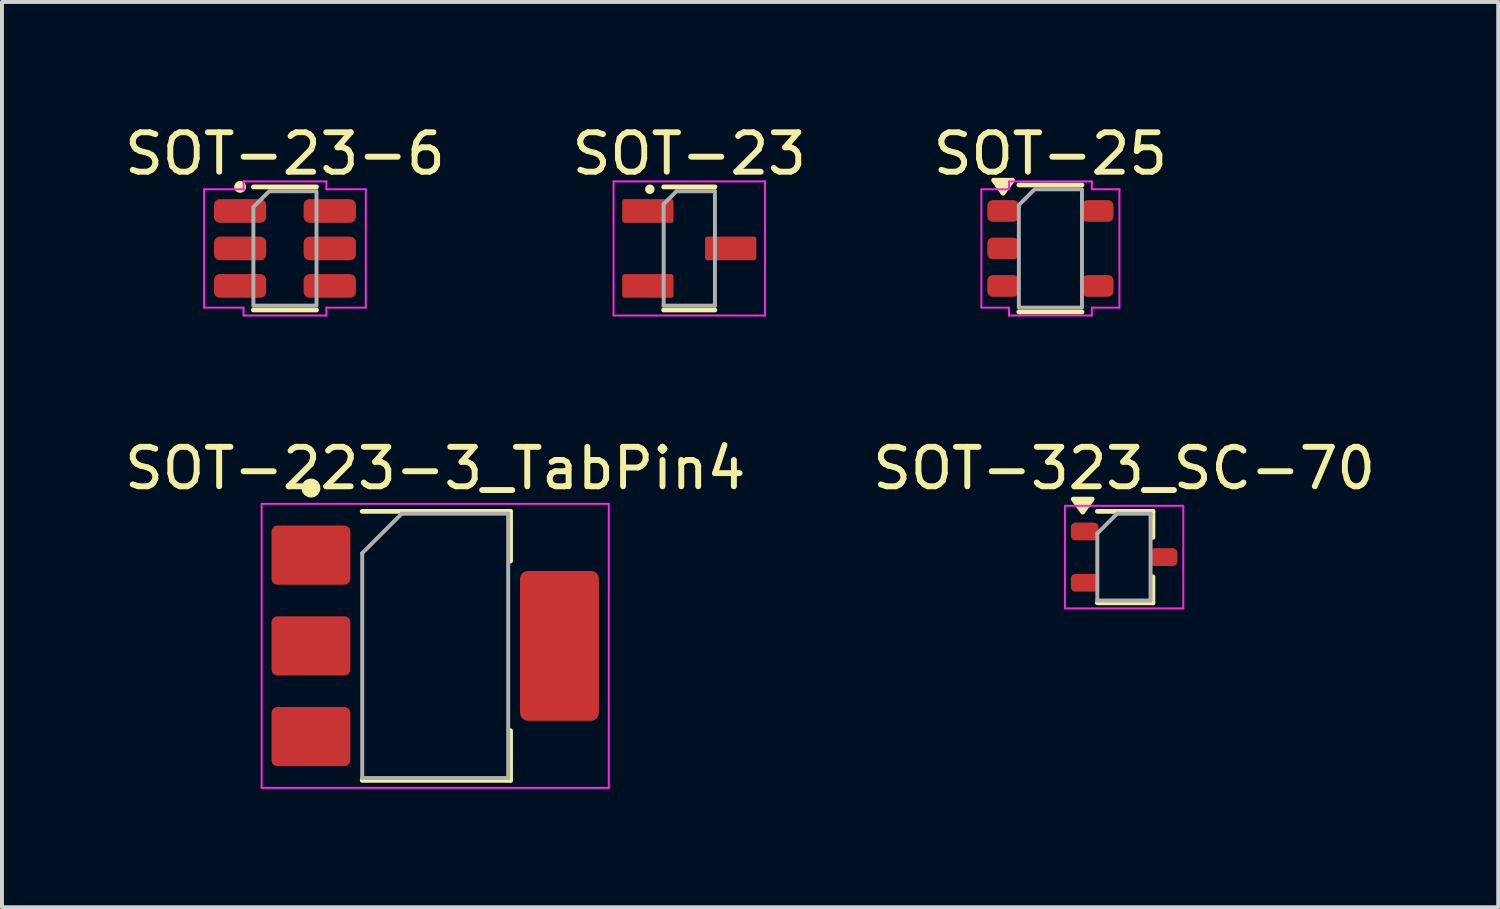
<source format=kicad_pcb>
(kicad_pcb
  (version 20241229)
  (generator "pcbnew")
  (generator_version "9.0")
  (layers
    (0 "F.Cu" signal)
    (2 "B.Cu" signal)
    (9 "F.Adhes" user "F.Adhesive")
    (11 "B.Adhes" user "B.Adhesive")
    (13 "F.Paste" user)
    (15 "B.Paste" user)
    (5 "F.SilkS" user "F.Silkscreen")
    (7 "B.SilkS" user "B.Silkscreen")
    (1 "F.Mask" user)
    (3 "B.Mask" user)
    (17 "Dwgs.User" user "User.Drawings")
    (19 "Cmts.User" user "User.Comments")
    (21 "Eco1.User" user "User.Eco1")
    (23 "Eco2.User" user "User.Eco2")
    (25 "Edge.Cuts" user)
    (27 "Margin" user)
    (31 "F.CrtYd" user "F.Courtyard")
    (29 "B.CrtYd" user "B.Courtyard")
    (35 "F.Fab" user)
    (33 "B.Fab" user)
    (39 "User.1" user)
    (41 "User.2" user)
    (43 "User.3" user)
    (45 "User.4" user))
  (footprint "SOT-23-6"
    (layer "F.Cu")
    (at 4.173 3.248)
    (property "Reference" "SOT-23-6" (at 0 -2.4 0) (layer "F.SilkS") (effects (font (size 1 1) (thickness 0.15))))
    (attr smd)
    (fp_line (start -0.8 -1.56) (end 0.8 -1.56) (stroke (width 0.12) (type solid)) (layer "F.SilkS"))
    (fp_line (start 0.8 1.56) (end -0.8 1.56) (stroke (width 0.12) (type solid)) (layer "F.SilkS"))
    (fp_circle (center -1.137 -1.56) (end -0.988 -1.56) (stroke (width 0) (type solid)) (fill yes) (layer "F.SilkS"))
    (fp_line (start -2.05 -1.5) (end -1.05 -1.5) (stroke (width 0.05) (type solid)) (layer "F.CrtYd"))
    (fp_line (start -2.05 1.5) (end -2.05 -1.5) (stroke (width 0.05) (type solid)) (layer "F.CrtYd"))
    (fp_line (start -1.05 -1.7) (end 1.05 -1.7) (stroke (width 0.05) (type solid)) (layer "F.CrtYd"))
    (fp_line (start -1.05 -1.5) (end -1.05 -1.7) (stroke (width 0.05) (type solid)) (layer "F.CrtYd"))
    (fp_line (start -1.05 1.5) (end -2.05 1.5) (stroke (width 0.05) (type solid)) (layer "F.CrtYd"))
    (fp_line (start -1.05 1.7) (end -1.05 1.5) (stroke (width 0.05) (type solid)) (layer "F.CrtYd"))
    (fp_line (start 1.05 -1.7) (end 1.05 -1.5) (stroke (width 0.05) (type solid)) (layer "F.CrtYd"))
    (fp_line (start 1.05 -1.5) (end 2.05 -1.5) (stroke (width 0.05) (type solid)) (layer "F.CrtYd"))
    (fp_line (start 1.05 1.5) (end 1.05 1.7) (stroke (width 0.05) (type solid)) (layer "F.CrtYd"))
    (fp_line (start 1.05 1.7) (end -1.05 1.7) (stroke (width 0.05) (type solid)) (layer "F.CrtYd"))
    (fp_line (start 2.05 -1.5) (end 2.05 1.5) (stroke (width 0.05) (type solid)) (layer "F.CrtYd"))
    (fp_line (start 2.05 1.5) (end 1.05 1.5) (stroke (width 0.05) (type solid)) (layer "F.CrtYd"))
    (fp_poly (pts (xy -0.8 -1.05) (xy -0.8 1.45) (xy 0.8 1.45) (xy 0.8 -1.45) (xy -0.4 -1.45)) (stroke (width 0.1) (type solid)) (fill no) (layer "F.Fab"))
    (pad "1" smd roundrect (at -1.137 -0.95) (size 1.325 0.6) (layers "F.Cu" "F.Mask" "F.Paste") (roundrect_rratio 0.25))
    (pad "2" smd roundrect (at -1.137 0) (size 1.325 0.6) (layers "F.Cu" "F.Mask" "F.Paste") (roundrect_rratio 0.25))
    (pad "3" smd roundrect (at -1.137 0.95) (size 1.325 0.6) (layers "F.Cu" "F.Mask" "F.Paste") (roundrect_rratio 0.25))
    (pad "4" smd roundrect (at 1.137 0.95) (size 1.325 0.6) (layers "F.Cu" "F.Mask" "F.Paste") (roundrect_rratio 0.25))
    (pad "5" smd roundrect (at 1.137 0) (size 1.325 0.6) (layers "F.Cu" "F.Mask" "F.Paste") (roundrect_rratio 0.25))
    (pad "6" smd roundrect (at 1.137 -0.95) (size 1.325 0.6) (layers "F.Cu" "F.Mask" "F.Paste") (roundrect_rratio 0.25)))
  (footprint "SOT-25"
    (layer "F.Cu")
    (at 23.577 3.248)
    (property "Reference" "SOT-25" (at 0 -2.4 0) (layer "F.SilkS") (effects (font (size 1 1) (thickness 0.15))))
    (attr smd)
    (fp_line (start -0.8 -1.61) (end 0.8 -1.61) (stroke (width 0.12) (type solid)) (layer "F.SilkS"))
    (fp_line (start 0.8 1.61) (end -0.8 1.61) (stroke (width 0.12) (type solid)) (layer "F.SilkS"))
    (fp_poly (pts (xy -1.2 -1.4) (xy -1.44 -1.73) (xy -0.96 -1.73)) (stroke (width 0.12) (type solid)) (fill yes) (layer "F.SilkS"))
    (fp_line (start -1.75 -1.5) (end -1.05 -1.5) (stroke (width 0.05) (type solid)) (layer "F.CrtYd"))
    (fp_line (start -1.75 1.5) (end -1.75 -1.5) (stroke (width 0.05) (type solid)) (layer "F.CrtYd"))
    (fp_line (start -1.05 -1.7) (end 1.05 -1.7) (stroke (width 0.05) (type solid)) (layer "F.CrtYd"))
    (fp_line (start -1.05 -1.5) (end -1.05 -1.7) (stroke (width 0.05) (type solid)) (layer "F.CrtYd"))
    (fp_line (start -1.05 1.5) (end -1.75 1.5) (stroke (width 0.05) (type solid)) (layer "F.CrtYd"))
    (fp_line (start -1.05 1.7) (end -1.05 1.5) (stroke (width 0.05) (type solid)) (layer "F.CrtYd"))
    (fp_line (start 1.05 -1.7) (end 1.05 -1.5) (stroke (width 0.05) (type solid)) (layer "F.CrtYd"))
    (fp_line (start 1.05 -1.5) (end 1.75 -1.5) (stroke (width 0.05) (type solid)) (layer "F.CrtYd"))
    (fp_line (start 1.05 1.5) (end 1.05 1.7) (stroke (width 0.05) (type solid)) (layer "F.CrtYd"))
    (fp_line (start 1.05 1.7) (end -1.05 1.7) (stroke (width 0.05) (type solid)) (layer "F.CrtYd"))
    (fp_line (start 1.75 -1.5) (end 1.75 1.5) (stroke (width 0.05) (type solid)) (layer "F.CrtYd"))
    (fp_line (start 1.75 1.5) (end 1.05 1.5) (stroke (width 0.05) (type solid)) (layer "F.CrtYd"))
    (fp_poly (pts (xy -0.8 -1.1) (xy -0.8 1.5) (xy 0.8 1.5) (xy 0.8 -1.5) (xy -0.4 -1.5)) (stroke (width 0.1) (type solid)) (fill no) (layer "F.Fab"))
    (pad "1" smd roundrect (at -1.2 -0.95) (size 0.8 0.55) (layers "F.Cu" "F.Mask" "F.Paste") (roundrect_rratio 0.25))
    (pad "2" smd roundrect (at -1.2 0) (size 0.8 0.55) (layers "F.Cu" "F.Mask" "F.Paste") (roundrect_rratio 0.25))
    (pad "3" smd roundrect (at -1.2 0.95) (size 0.8 0.55) (layers "F.Cu" "F.Mask" "F.Paste") (roundrect_rratio 0.25))
    (pad "4" smd roundrect (at 1.2 0.95) (size 0.8 0.55) (layers "F.Cu" "F.Mask" "F.Paste") (roundrect_rratio 0.25))
    (pad "5" smd roundrect (at 1.2 -0.95) (size 0.8 0.55) (layers "F.Cu" "F.Mask" "F.Paste") (roundrect_rratio 0.25)))
  (footprint "SOT-223-3_TabPin4"
    (layer "F.Cu")
    (at 7.982 13.322)
    (property "Reference" "SOT-223-3_TabPin4" (at 0 -4.5 0) (layer "F.SilkS") (effects (font (size 1 1) (thickness 0.15))))
    (attr smd)
    (fp_line (start -1.85 -3.41) (end 1.91 -3.41) (stroke (width 0.12) (type solid)) (layer "F.SilkS"))
    (fp_line (start -1.85 3.41) (end 1.91 3.41) (stroke (width 0.12) (type solid)) (layer "F.SilkS"))
    (fp_line (start 1.91 -3.41) (end 1.91 -2.15) (stroke (width 0.12) (type solid)) (layer "F.SilkS"))
    (fp_line (start 1.91 3.41) (end 1.91 2.15) (stroke (width 0.12) (type solid)) (layer "F.SilkS"))
    (fp_circle (center -3.15 -4) (end -2.91 -4) (stroke (width 0) (type solid)) (fill yes) (layer "F.SilkS"))
    (fp_line (start -4.4 -3.6) (end -4.4 3.6) (stroke (width 0.05) (type solid)) (layer "F.CrtYd"))
    (fp_line (start -4.4 3.6) (end 4.4 3.6) (stroke (width 0.05) (type solid)) (layer "F.CrtYd"))
    (fp_line (start 4.4 -3.6) (end -4.4 -3.6) (stroke (width 0.05) (type solid)) (layer "F.CrtYd"))
    (fp_line (start 4.4 3.6) (end 4.4 -3.6) (stroke (width 0.05) (type solid)) (layer "F.CrtYd"))
    (fp_line (start -1.85 -2.35) (end -1.85 3.35) (stroke (width 0.1) (type solid)) (layer "F.Fab"))
    (fp_line (start -1.85 -2.35) (end -0.85 -3.35) (stroke (width 0.1) (type solid)) (layer "F.Fab"))
    (fp_line (start -1.85 3.35) (end 1.85 3.35) (stroke (width 0.1) (type solid)) (layer "F.Fab"))
    (fp_line (start -0.85 -3.35) (end 1.85 -3.35) (stroke (width 0.1) (type solid)) (layer "F.Fab"))
    (fp_line (start 1.85 -3.35) (end 1.85 3.35) (stroke (width 0.1) (type solid)) (layer "F.Fab"))
    (pad "1" smd roundrect (at -3.15 -2.3) (size 2 1.5) (layers "F.Cu" "F.Mask" "F.Paste") (roundrect_rratio 0.1))
    (pad "2" smd roundrect (at -3.15 0) (size 2 1.5) (layers "F.Cu" "F.Mask" "F.Paste") (roundrect_rratio 0.1))
    (pad "3" smd roundrect (at -3.15 2.3) (size 2 1.5) (layers "F.Cu" "F.Mask" "F.Paste") (roundrect_rratio 0.1))
    (pad "4" smd roundrect (at 3.15 0) (size 2 3.8) (layers "F.Cu" "F.Mask" "F.Paste") (roundrect_rratio 0.1)))
  (footprint "SOT-323_SC-70"
    (layer "F.Cu")
    (at 25.446 11.072)
    (property "Reference" "SOT-323_SC-70" (at 0 -2.25 0) (layer "F.SilkS") (effects (font (size 1 1) (thickness 0.15))))
    (attr smd)
    (fp_line (start -0.68 -1.16) (end 0.73 -1.16) (stroke (width 0.12) (type solid)) (layer "F.SilkS"))
    (fp_line (start -0.68 1.16) (end 0.73 1.16) (stroke (width 0.12) (type solid)) (layer "F.SilkS"))
    (fp_line (start 0.73 -1.16) (end 0.73 -0.5) (stroke (width 0.12) (type solid)) (layer "F.SilkS"))
    (fp_line (start 0.73 0.5) (end 0.73 1.16) (stroke (width 0.12) (type solid)) (layer "F.SilkS"))
    (fp_poly (pts (xy -1.05 -1.14) (xy -1.29 -1.47) (xy -0.81 -1.47) (xy -1.05 -1.14)) (stroke (width 0.12) (type solid)) (fill yes) (layer "F.SilkS"))
    (fp_line (start -1.5 -1.3) (end 1.5 -1.3) (stroke (width 0.05) (type solid)) (layer "F.CrtYd"))
    (fp_line (start -1.5 1.3) (end -1.5 -1.3) (stroke (width 0.05) (type solid)) (layer "F.CrtYd"))
    (fp_line (start 1.5 -1.3) (end 1.5 1.3) (stroke (width 0.05) (type solid)) (layer "F.CrtYd"))
    (fp_line (start 1.5 1.3) (end -1.5 1.3) (stroke (width 0.05) (type solid)) (layer "F.CrtYd"))
    (fp_line (start -0.68 -0.6) (end -0.68 1.1) (stroke (width 0.1) (type solid)) (layer "F.Fab"))
    (fp_line (start -0.18 -1.1) (end -0.68 -0.6) (stroke (width 0.1) (type solid)) (layer "F.Fab"))
    (fp_line (start 0.67 -1.1) (end -0.18 -1.1) (stroke (width 0.1) (type solid)) (layer "F.Fab"))
    (fp_line (start 0.67 -1.1) (end 0.67 1.1) (stroke (width 0.1) (type solid)) (layer "F.Fab"))
    (fp_line (start 0.67 1.1) (end -0.68 1.1) (stroke (width 0.1) (type solid)) (layer "F.Fab"))
    (pad "1" smd roundrect (at -1 -0.65 270) (size 0.45 0.7) (layers "F.Cu" "F.Mask" "F.Paste") (roundrect_rratio 0.25))
    (pad "2" smd roundrect (at -1 0.65 270) (size 0.45 0.7) (layers "F.Cu" "F.Mask" "F.Paste") (roundrect_rratio 0.25))
    (pad "3" smd roundrect (at 1 0 270) (size 0.45 0.7) (layers "F.Cu" "F.Mask" "F.Paste") (roundrect_rratio 0.25)))
  (footprint "SOT-23"
    (layer "F.Cu")
    (at 14.423 3.248)
    (property "Reference" "SOT-23" (at 0 -2.4 0) (layer "F.SilkS") (effects (font (size 1 1) (thickness 0.15))))
    (attr smd)
    (fp_line (start -0.65 1.56) (end 0.65 1.56) (stroke (width 0.12) (type solid)) (layer "F.SilkS"))
    (fp_line (start 0.65 -1.56) (end -0.65 -1.56) (stroke (width 0.12) (type solid)) (layer "F.SilkS"))
    (fp_circle (center -1 -1.5) (end -0.88 -1.5) (stroke (width 0) (type solid)) (fill yes) (layer "F.SilkS"))
    (fp_line (start -1.92 -1.7) (end -1.92 1.7) (stroke (width 0.05) (type solid)) (layer "F.CrtYd"))
    (fp_line (start -1.92 1.7) (end 1.92 1.7) (stroke (width 0.05) (type solid)) (layer "F.CrtYd"))
    (fp_line (start 1.92 -1.7) (end -1.92 -1.7) (stroke (width 0.05) (type solid)) (layer "F.CrtYd"))
    (fp_line (start 1.92 1.7) (end 1.92 -1.7) (stroke (width 0.05) (type solid)) (layer "F.CrtYd"))
    (fp_line (start -0.65 -1.125) (end -0.325 -1.45) (stroke (width 0.1) (type solid)) (layer "F.Fab"))
    (fp_line (start -0.65 1.45) (end -0.65 -1.125) (stroke (width 0.1) (type solid)) (layer "F.Fab"))
    (fp_line (start -0.325 -1.45) (end 0.65 -1.45) (stroke (width 0.1) (type solid)) (layer "F.Fab"))
    (fp_line (start 0.65 -1.45) (end 0.65 1.45) (stroke (width 0.1) (type solid)) (layer "F.Fab"))
    (fp_line (start 0.65 1.45) (end -0.65 1.45) (stroke (width 0.1) (type solid)) (layer "F.Fab"))
    (pad "1" smd roundrect (at -1.05 -0.95) (size 1.3 0.6) (layers "F.Cu" "F.Mask" "F.Paste") (roundrect_rratio 0.1))
    (pad "2" smd roundrect (at -1.05 0.95) (size 1.3 0.6) (layers "F.Cu" "F.Mask" "F.Paste") (roundrect_rratio 0.1))
    (pad "3" smd roundrect (at 1.05 0) (size 1.3 0.6) (layers "F.Cu" "F.Mask" "F.Paste") (roundrect_rratio 0.1)))
  (gr_rect
    (start -3 -3)
    (end 34.929 19.947)
    (stroke (width 0.1) (type default))
    (fill no)
    (layer "Edge.Cuts")))
</source>
